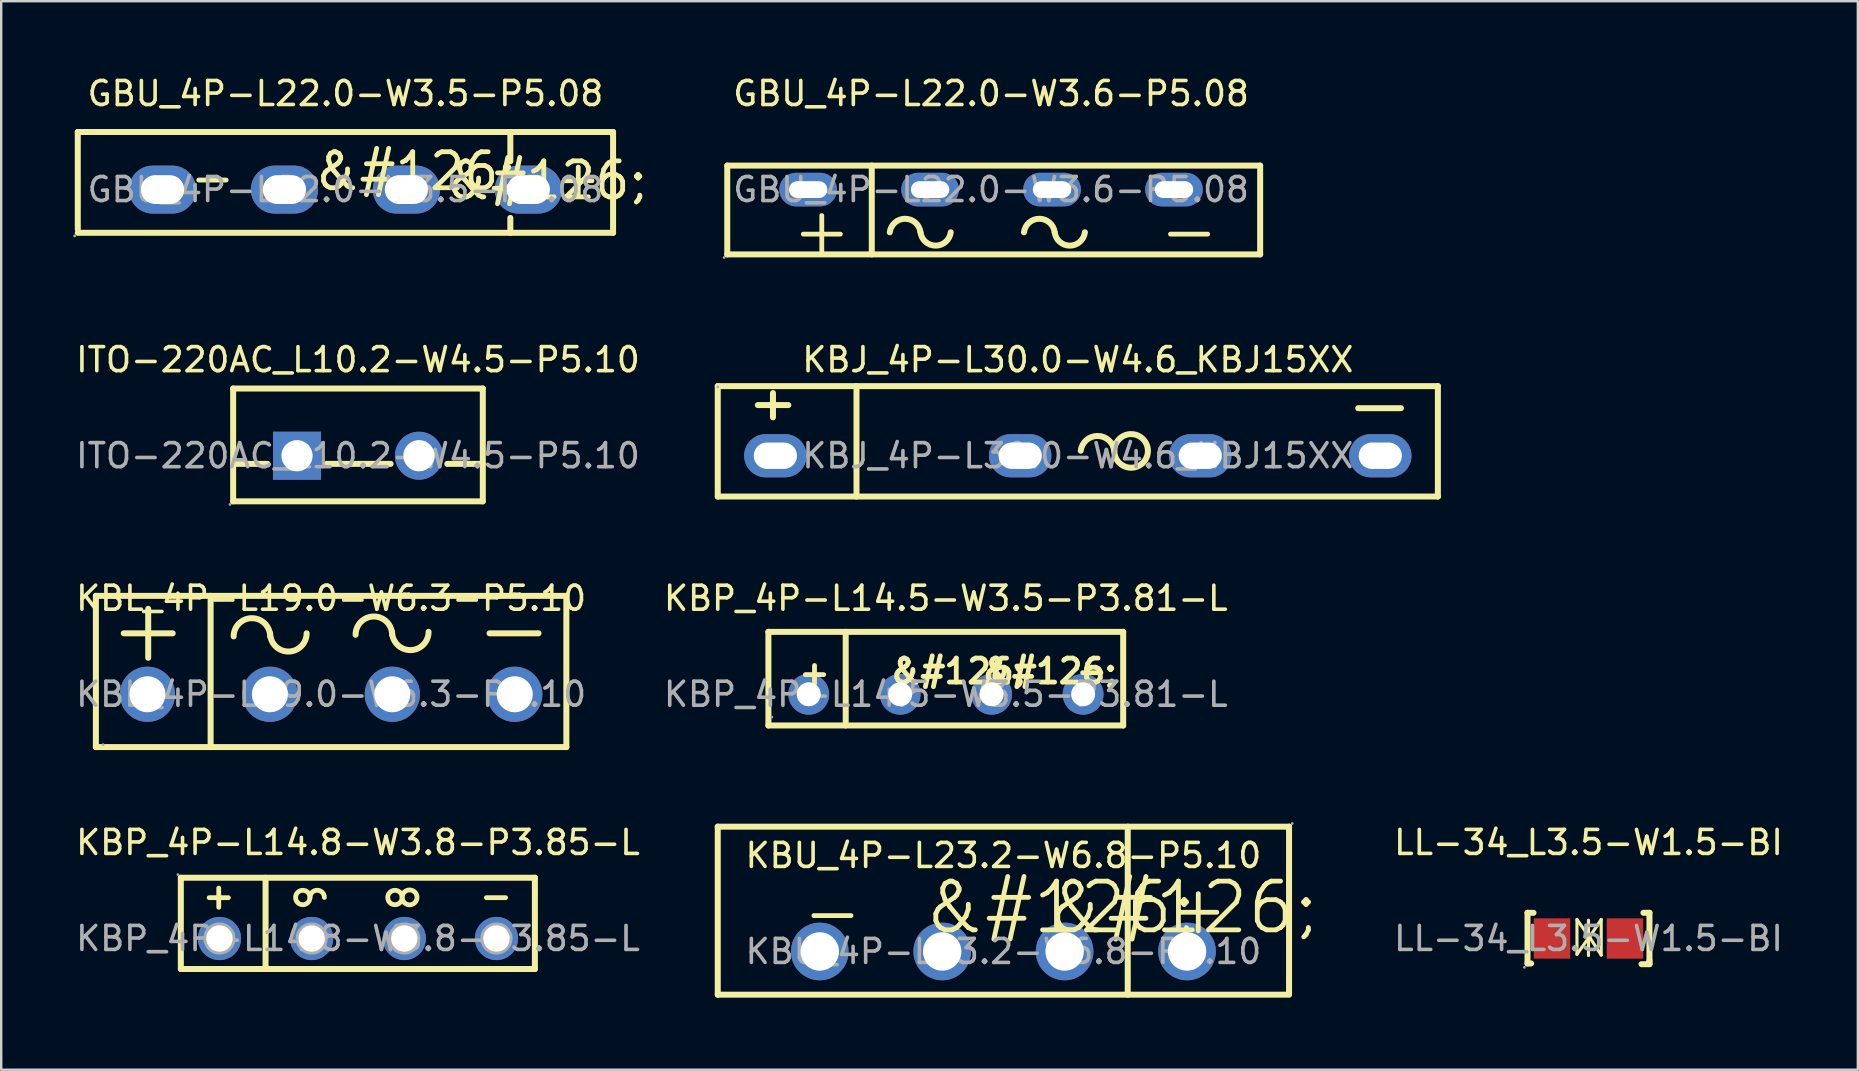
<source format=kicad_pcb>
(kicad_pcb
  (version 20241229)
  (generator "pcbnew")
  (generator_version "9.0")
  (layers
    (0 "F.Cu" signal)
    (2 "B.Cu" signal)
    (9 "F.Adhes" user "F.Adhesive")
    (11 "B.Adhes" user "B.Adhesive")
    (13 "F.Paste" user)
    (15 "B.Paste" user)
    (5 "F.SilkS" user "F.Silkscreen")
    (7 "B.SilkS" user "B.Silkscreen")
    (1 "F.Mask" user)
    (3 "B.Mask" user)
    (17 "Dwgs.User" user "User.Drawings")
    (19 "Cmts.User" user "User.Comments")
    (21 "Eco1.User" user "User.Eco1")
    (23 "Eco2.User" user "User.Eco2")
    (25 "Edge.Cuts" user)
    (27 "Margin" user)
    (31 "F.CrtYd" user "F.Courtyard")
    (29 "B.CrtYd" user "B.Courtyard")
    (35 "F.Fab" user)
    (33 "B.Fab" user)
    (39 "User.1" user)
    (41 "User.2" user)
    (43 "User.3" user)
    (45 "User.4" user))
  (footprint "ITO-220AC_L10.2-W4.5-P5.10"
    (layer "F.Cu")
    (at 11.863 15.935)
    (property "Reference" "ITO-220AC_L10.2-W4.5-P5.10" (at 0 -4 0) (layer "F.SilkS") (effects (font (size 1 1) (thickness 0.15))))
    (attr through_hole)
    (fp_line (start -5.2 -2.8) (end -5.2 1.9) (stroke (width 0.25) (type solid)) (layer "F.SilkS"))
    (fp_line (start -5.2 -2.8) (end 5.2 -2.8) (stroke (width 0.25) (type solid)) (layer "F.SilkS"))
    (fp_line (start -5.2 0.34) (end -3.77 0.34) (stroke (width 0.25) (type solid)) (layer "F.SilkS"))
    (fp_line (start -5.2 1.9) (end 5.2 1.9) (stroke (width 0.25) (type solid)) (layer "F.SilkS"))
    (fp_line (start -1.31 0.34) (end 1.36 0.34) (stroke (width 0.25) (type solid)) (layer "F.SilkS"))
    (fp_line (start 3.72 0.34) (end 5.2 0.34) (stroke (width 0.25) (type solid)) (layer "F.SilkS"))
    (fp_line (start 5.2 -2.8) (end 5.2 1.9) (stroke (width 0.25) (type solid)) (layer "F.SilkS"))
    (fp_circle (center -5.33 2.03) (end -5.3 2.03) (stroke (width 0.06) (type solid)) (fill no) (layer "F.Fab"))
    (fp_circle (center -2.54 0) (end -2.26 0) (stroke (width 0.55) (type solid)) (fill no) (layer "F.Fab"))
    (fp_circle (center 2.54 0) (end 2.82 0) (stroke (width 0.55) (type solid)) (fill no) (layer "F.Fab"))
    (fp_text user "${REFERENCE}" (at 0 0 0) (layer "F.Fab") (effects (font (size 1 1) (thickness 0.15))))
    (pad "1" thru_hole rect (at -2.54 0) (size 2 2) (drill 1.3) (layers "*.Cu" "*.Paste" "*.Mask"))
    (pad "2" thru_hole circle (at 2.54 0) (size 2 2) (drill 1.3) (layers "*.Cu" "*.Paste" "*.Mask")))
  (footprint "LL-34_L3.5-W1.5-BI"
    (layer "F.Cu")
    (at 63.125 36.047)
    (property "Reference" "LL-34_L3.5-W1.5-BI" (at 0 -4 0) (layer "F.SilkS") (effects (font (size 1 1) (thickness 0.15))))
    (attr through_hole)
    (fp_line (start -2.54 -1.07) (end -2.54 1.04) (stroke (width 0.25) (type solid)) (layer "F.SilkS"))
    (fp_line (start -2.54 -1.07) (end -2.29 -1.07) (stroke (width 0.25) (type solid)) (layer "F.SilkS"))
    (fp_line (start -2.54 1.04) (end -2.39 1.04) (stroke (width 0.25) (type solid)) (layer "F.SilkS"))
    (fp_line (start -0.48 -0.79) (end -0.48 0.66) (stroke (width 0.13) (type solid)) (layer "F.SilkS"))
    (fp_line (start -0.48 0.66) (end 0 -0.02) (stroke (width 0.13) (type solid)) (layer "F.SilkS"))
    (fp_line (start 0 -0.76) (end 0 0.71) (stroke (width 0.13) (type solid)) (layer "F.SilkS"))
    (fp_line (start 0 0) (end 0.53 -0.79) (stroke (width 0.13) (type solid)) (layer "F.SilkS"))
    (fp_line (start 0.08 0) (end -0.48 -0.79) (stroke (width 0.13) (type solid)) (layer "F.SilkS"))
    (fp_line (start 0.53 -0.79) (end 0.53 0.69) (stroke (width 0.13) (type solid)) (layer "F.SilkS"))
    (fp_line (start 0.53 0.69) (end 0.08 0) (stroke (width 0.13) (type solid)) (layer "F.SilkS"))
    (fp_line (start 2.21 1.07) (end 2.54 1.07) (stroke (width 0.25) (type solid)) (layer "F.SilkS"))
    (fp_line (start 2.29 -1.07) (end 2.54 -1.07) (stroke (width 0.25) (type solid)) (layer "F.SilkS"))
    (fp_line (start 2.54 -1.07) (end 2.54 0.92) (stroke (width 0.25) (type solid)) (layer "F.SilkS"))
    (fp_line (start 2.54 0.92) (end 2.54 1.02) (stroke (width 0.25) (type solid)) (layer "F.SilkS"))
    (fp_line (start 2.54 1.07) (end 2.54 1.02) (stroke (width 0.25) (type solid)) (layer "F.SilkS"))
    (fp_circle (center -2.67 1.2) (end -2.64 1.2) (stroke (width 0.06) (type solid)) (fill no) (layer "F.Fab"))
    (fp_text user "${REFERENCE}" (at 0 0 0) (layer "F.Fab") (effects (font (size 1 1) (thickness 0.15))))
    (pad "1" smd rect (at -1.52 0 180) (size 1.52 1.68) (layers "F.Cu" "F.Mask" "F.Paste"))
    (pad "2" smd rect (at 1.52 0 180) (size 1.52 1.68) (layers "F.Cu" "F.Mask" "F.Paste")))
  (footprint "KBU_4P-L23.2-W6.8-P5.10"
    (layer "F.Cu")
    (at 38.751 36.588)
    (property "Reference" "KBU_4P-L23.2-W6.8-P5.10" (at 0 -4 0) (layer "F.SilkS") (effects (font (size 1 1) (thickness 0.15))))
    (attr through_hole)
    (fp_line (start -11.9 -5.2) (end -11.9 1.8) (stroke (width 0.25) (type solid)) (layer "F.SilkS"))
    (fp_line (start -11.9 -5.2) (end 11.9 -5.2) (stroke (width 0.25) (type solid)) (layer "F.SilkS"))
    (fp_line (start -11.9 1.8) (end 11.9 1.8) (stroke (width 0.25) (type solid)) (layer "F.SilkS"))
    (fp_line (start 5.18 -5.2) (end 5.18 1.8) (stroke (width 0.25) (type solid)) (layer "F.SilkS"))
    (fp_line (start 11.9 -5.2) (end 11.9 1.78) (stroke (width 0.25) (type solid)) (layer "F.SilkS"))
    (fp_circle (center -7.65 0) (end -7.3 0) (stroke (width 0.7) (type solid)) (fill no) (layer "F.Fab"))
    (fp_circle (center -2.55 0) (end -2.2 0) (stroke (width 0.7) (type solid)) (fill no) (layer "F.Fab"))
    (fp_circle (center 2.55 0) (end 2.9 0) (stroke (width 0.7) (type solid)) (fill no) (layer "F.Fab"))
    (fp_circle (center 7.65 0) (end 8 0) (stroke (width 0.7) (type solid)) (fill no) (layer "F.Fab"))
    (fp_circle (center 12.03 -5.33) (end 12.06 -5.33) (stroke (width 0.06) (type solid)) (fill no) (layer "F.Fab"))
    (fp_text user "+" (at 6.73 -1.79 0) (layer "F.SilkS") (effects (font (size 2.03 2.03) (thickness 0.2)) (justify left)))
    (fp_text user "&#126;" (at 1.65 -1.83 0) (layer "F.SilkS") (effects (font (size 2.03 2.03) (thickness 0.2)) (justify left)))
    (fp_text user "&#126;" (at -3.43 -1.83 0) (layer "F.SilkS") (effects (font (size 2.03 2.03) (thickness 0.2)) (justify left)))
    (fp_text user "-" (at -8.51 -1.65 0) (layer "F.SilkS") (effects (font (size 2.03 2.03) (thickness 0.2)) (justify left)))
    (fp_text user "${REFERENCE}" (at 0 0 0) (layer "F.Fab") (effects (font (size 1 1) (thickness 0.15))))
    (pad "1" thru_hole circle (at 7.65 0) (size 2.4 2.4) (drill 1.6) (layers "*.Cu" "*.Paste" "*.Mask"))
    (pad "2" thru_hole circle (at 2.55 0) (size 2.4 2.4) (drill 1.6) (layers "*.Cu" "*.Paste" "*.Mask"))
    (pad "3" thru_hole circle (at -2.55 0) (size 2.4 2.4) (drill 1.6) (layers "*.Cu" "*.Paste" "*.Mask"))
    (pad "4" thru_hole circle (at -7.65 0) (size 2.4 2.4) (drill 1.6) (layers "*.Cu" "*.Paste" "*.Mask")))
  (footprint "KBL_4P-L19.0-W6.3-P5.10"
    (layer "F.Cu")
    (at 10.744 25.873)
    (property "Reference" "KBL_4P-L19.0-W6.3-P5.10" (at 0 -4 0) (layer "F.SilkS") (effects (font (size 1 1) (thickness 0.15))))
    (attr through_hole)
    (fp_line (start -9.8 -4.1) (end 9.8 -4.1) (stroke (width 0.25) (type solid)) (layer "F.SilkS"))
    (fp_line (start -9.8 2.2) (end -9.8 -4.1) (stroke (width 0.25) (type solid)) (layer "F.SilkS"))
    (fp_line (start -8.64 -2.54) (end -6.6 -2.54) (stroke (width 0.25) (type solid)) (layer "F.SilkS"))
    (fp_line (start -7.62 -3.56) (end -7.62 -1.52) (stroke (width 0.25) (type solid)) (layer "F.SilkS"))
    (fp_line (start -5.02 -4.1) (end -5.02 2.2) (stroke (width 0.25) (type solid)) (layer "F.SilkS"))
    (fp_line (start 6.6 -2.54) (end 8.64 -2.54) (stroke (width 0.25) (type solid)) (layer "F.SilkS"))
    (fp_line (start 9.8 2.2) (end -9.8 2.2) (stroke (width 0.25) (type solid)) (layer "F.SilkS"))
    (fp_line (start 9.8 2.2) (end 9.8 -4.1) (stroke (width 0.25) (type solid)) (layer "F.SilkS"))
    (fp_arc (start -4.06 -2.41) (mid -3.3 -3.17) (end -2.54 -2.41) (stroke (width 0.25) (type solid)) (layer "F.SilkS"))
    (fp_arc (start -1.02 -2.54) (mid -1.78 -1.78) (end -2.54 -2.54) (stroke (width 0.25) (type solid)) (layer "F.SilkS"))
    (fp_arc (start 1.02 -2.48) (mid 1.78 -3.24) (end 2.54 -2.48) (stroke (width 0.25) (type solid)) (layer "F.SilkS"))
    (fp_arc (start 4.06 -2.6) (mid 3.3 -1.84) (end 2.54 -2.6) (stroke (width 0.25) (type solid)) (layer "F.SilkS"))
    (fp_circle (center -9.5 2.1) (end -9.47 2.1) (stroke (width 0.06) (type solid)) (fill no) (layer "F.Fab"))
    (fp_circle (center -7.65 0) (end -7.34 0) (stroke (width 0.62) (type solid)) (fill no) (layer "F.Fab"))
    (fp_circle (center -2.55 0) (end -2.24 0) (stroke (width 0.62) (type solid)) (fill no) (layer "F.Fab"))
    (fp_circle (center 2.55 0) (end 2.86 0) (stroke (width 0.62) (type solid)) (fill no) (layer "F.Fab"))
    (fp_circle (center 7.65 0) (end 7.96 0) (stroke (width 0.62) (type solid)) (fill no) (layer "F.Fab"))
    (fp_text user "${REFERENCE}" (at 0 0 0) (layer "F.Fab") (effects (font (size 1 1) (thickness 0.15))))
    (pad "1" thru_hole circle (at -7.65 0) (size 2.3 2.3) (drill 1.5) (layers "*.Cu" "*.Paste" "*.Mask"))
    (pad "2" thru_hole circle (at -2.55 0) (size 2.3 2.3) (drill 1.5) (layers "*.Cu" "*.Paste" "*.Mask"))
    (pad "3" thru_hole circle (at 2.55 0) (size 2.3 2.3) (drill 1.5) (layers "*.Cu" "*.Paste" "*.Mask"))
    (pad "4" thru_hole circle (at 7.65 0) (size 2.3 2.3) (drill 1.5) (layers "*.Cu" "*.Paste" "*.Mask")))
  (footprint "GBU_4P-L22.0-W3.6-P5.08"
    (layer "F.Cu")
    (at 38.237 4.848)
    (property "Reference" "GBU_4P-L22.0-W3.6-P5.08" (at 0 -4 0) (layer "F.SilkS") (effects (font (size 1 1) (thickness 0.15))))
    (attr through_hole)
    (fp_line (start -10.99 -1) (end 11.21 -1) (stroke (width 0.25) (type solid)) (layer "F.SilkS"))
    (fp_line (start -10.99 2.7) (end -10.99 -1) (stroke (width 0.25) (type solid)) (layer "F.SilkS"))
    (fp_line (start -4.97 -1) (end -4.97 2.7) (stroke (width 0.25) (type solid)) (layer "F.SilkS"))
    (fp_line (start 11.21 -1) (end 11.21 2.7) (stroke (width 0.25) (type solid)) (layer "F.SilkS"))
    (fp_line (start 11.21 2.7) (end -10.99 2.7) (stroke (width 0.25) (type solid)) (layer "F.SilkS"))
    (fp_arc (start -4.219888 1.779107) (mid -3.57955 1.215019) (end -2.94 1.78) (stroke (width 0.25) (type solid)) (layer "F.SilkS"))
    (fp_arc (start -1.679801 1.778418) (mid -2.309203 2.335059) (end -2.94 1.78) (stroke (width 0.25) (type solid)) (layer "F.SilkS"))
    (fp_arc (start 1.370112 1.779107) (mid 2.01045 1.215019) (end 2.65 1.78) (stroke (width 0.25) (type solid)) (layer "F.SilkS"))
    (fp_arc (start 3.910199 1.778418) (mid 3.280797 2.335059) (end 2.65 1.78) (stroke (width 0.25) (type solid)) (layer "F.SilkS"))
    (fp_circle (center -11.12 2.83) (end -11.09 2.83) (stroke (width 0.06) (type solid)) (fill no) (layer "F.Fab"))
    (fp_text user "+" (at -8.44 1.7 0) (layer "F.SilkS") (effects (font (size 2.03 2.03) (thickness 0.2)) (justify left)))
    (fp_text user "-" (at 6.86 1.7 0) (layer "F.SilkS") (effects (font (size 2.03 2.03) (thickness 0.2)) (justify left)))
    (fp_text user "${REFERENCE}" (at 0 0 0) (layer "F.Fab") (effects (font (size 1 1) (thickness 0.15))))
    (pad "1" thru_hole oval (at -7.62 0 180) (size 2.4 1.4) (drill oval 1.6 0.7) (layers "*.Cu" "*.Paste" "*.Mask"))
    (pad "2" thru_hole oval (at -2.54 0 180) (size 2.4 1.4) (drill oval 1.6 0.7) (layers "*.Cu" "*.Paste" "*.Mask"))
    (pad "3" thru_hole oval (at 2.54 0 180) (size 2.4 1.4) (drill oval 1.6 0.7) (layers "*.Cu" "*.Paste" "*.Mask"))
    (pad "4" thru_hole oval (at 7.62 0 180) (size 2.4 1.4) (drill oval 1.6 0.7) (layers "*.Cu" "*.Paste" "*.Mask")))
  (footprint "KBJ_4P-L30.0-W4.6_KBJ15XX"
    (layer "F.Cu")
    (at 41.851 15.935)
    (property "Reference" "KBJ_4P-L30.0-W4.6_KBJ15XX" (at 0 -4 0) (layer "F.SilkS") (effects (font (size 1 1) (thickness 0.15))))
    (attr through_hole)
    (fp_line (start -15 -2.9) (end -15 1.7) (stroke (width 0.25) (type solid)) (layer "F.SilkS"))
    (fp_line (start -15 -2.9) (end 15 -2.9) (stroke (width 0.25) (type solid)) (layer "F.SilkS"))
    (fp_line (start -15 1.7) (end 15 1.7) (stroke (width 0.25) (type solid)) (layer "F.SilkS"))
    (fp_line (start -13.33 -2.11) (end -12.06 -2.11) (stroke (width 0.25) (type solid)) (layer "F.SilkS"))
    (fp_line (start -12.7 -1.6) (end -12.7 -2.61) (stroke (width 0.25) (type solid)) (layer "F.SilkS"))
    (fp_line (start -9.22 -2.9) (end -9.22 1.7) (stroke (width 0.25) (type solid)) (layer "F.SilkS"))
    (fp_line (start 11.68 -1.98) (end 13.46 -1.98) (stroke (width 0.25) (type solid)) (layer "F.SilkS"))
    (fp_line (start 15 -2.9) (end 15 1.7) (stroke (width 0.25) (type solid)) (layer "F.SilkS"))
    (fp_arc (start 0.120969 -0.208063) (mid 0.824061 -0.824544) (end 1.52 -0.2) (stroke (width 0.25) (type solid)) (layer "F.SilkS"))
    (fp_arc (start 1.520107 -0.212217) (mid 2.919973 -0.193891) (end 1.52 -0.2) (stroke (width 0.25) (type solid)) (layer "F.SilkS"))
    (fp_circle (center -15 -2.87) (end -14.97 -2.87) (stroke (width 0.06) (type solid)) (fill no) (layer "F.Fab"))
    (fp_text user "${REFERENCE}" (at 0 0 0) (layer "F.Fab") (effects (font (size 1 1) (thickness 0.15))))
    (pad "1" thru_hole oval (at -12.6 0 90) (size 1.8 2.6) (drill oval 1.1 1.8) (layers "*.Cu" "*.Paste" "*.Mask"))
    (pad "2" thru_hole oval (at -2.4 0 90) (size 1.8 2.6) (drill oval 1.1 1.8) (layers "*.Cu" "*.Paste" "*.Mask"))
    (pad "3" thru_hole oval (at 5.1 0 90) (size 1.8 2.6) (drill oval 1.1 1.8) (layers "*.Cu" "*.Paste" "*.Mask"))
    (pad "4" thru_hole oval (at 12.6 0 90) (size 1.8 2.6) (drill oval 1.1 1.8) (layers "*.Cu" "*.Paste" "*.Mask")))
  (footprint "KBP_4P-L14.5-W3.5-P3.81-L"
    (layer "F.Cu")
    (at 36.351 25.873)
    (property "Reference" "KBP_4P-L14.5-W3.5-P3.81-L" (at 0 -4 0) (layer "F.SilkS") (effects (font (size 1 1) (thickness 0.15))))
    (attr through_hole)
    (fp_line (start -7.39 -2.6) (end 7.39 -2.6) (stroke (width 0.25) (type solid)) (layer "F.SilkS"))
    (fp_line (start -7.39 1.3) (end -7.39 -2.6) (stroke (width 0.25) (type solid)) (layer "F.SilkS"))
    (fp_line (start -7.39 1.3) (end 7.39 1.3) (stroke (width 0.25) (type solid)) (layer "F.SilkS"))
    (fp_line (start -4.17 -2.6) (end -4.17 1.3) (stroke (width 0.25) (type solid)) (layer "F.SilkS"))
    (fp_line (start 7.39 -2.6) (end 7.39 1.3) (stroke (width 0.25) (type solid)) (layer "F.SilkS"))
    (fp_circle (center -7.25 0.95) (end -7.22 0.95) (stroke (width 0.06) (type solid)) (fill no) (layer "F.Fab"))
    (fp_text user "&#126;" (at 1.4 -0.96 0) (layer "F.SilkS") (effects (font (size 1 1) (thickness 0.2)) (justify left)))
    (fp_text user "&#126;" (at -2.41 -0.96 0) (layer "F.SilkS") (effects (font (size 1 1) (thickness 0.2)) (justify left)))
    (fp_text user "+" (at -6.22 -0.89 0) (layer "F.SilkS") (effects (font (size 1 1) (thickness 0.2)) (justify left)))
    (fp_text user "-" (at 5.33 -0.97 0) (layer "F.SilkS") (effects (font (size 1 1) (thickness 0.2)) (justify left)))
    (fp_text user "${REFERENCE}" (at 0 0 0) (layer "F.Fab") (effects (font (size 1 1) (thickness 0.15))))
    (pad "1" thru_hole circle (at -5.71 0) (size 1.7 1.7) (drill 1) (layers "*.Cu" "*.Paste" "*.Mask"))
    (pad "2" thru_hole circle (at -1.9 0) (size 1.7 1.7) (drill 1) (layers "*.Cu" "*.Paste" "*.Mask"))
    (pad "3" thru_hole circle (at 1.91 0) (size 1.7 1.7) (drill 1) (layers "*.Cu" "*.Paste" "*.Mask"))
    (pad "4" thru_hole circle (at 5.72 0) (size 1.7 1.7) (drill 1) (layers "*.Cu" "*.Paste" "*.Mask")))
  (footprint "GBU_4P-L22.0-W3.5-P5.08"
    (layer "F.Cu")
    (at 11.34 4.848)
    (property "Reference" "GBU_4P-L22.0-W3.5-P5.08" (at 0 -4 0) (layer "F.SilkS") (effects (font (size 1 1) (thickness 0.15))))
    (attr through_hole)
    (fp_line (start -11.15 -2.4) (end -11.15 1.65) (stroke (width 0.25) (type solid)) (layer "F.SilkS"))
    (fp_line (start -11.15 -2.4) (end 11.15 -2.4) (stroke (width 0.25) (type solid)) (layer "F.SilkS"))
    (fp_line (start -11.15 1.8) (end 11.15 1.8) (stroke (width 0.25) (type solid)) (layer "F.SilkS"))
    (fp_line (start 6.87 -2.4) (end 6.87 -1.18) (stroke (width 0.25) (type solid)) (layer "F.SilkS"))
    (fp_line (start 6.87 1.18) (end 6.87 1.8) (stroke (width 0.25) (type solid)) (layer "F.SilkS"))
    (fp_line (start 11.15 -2.4) (end 11.15 1.8) (stroke (width 0.25) (type solid)) (layer "F.SilkS"))
    (fp_circle (center -11.28 1.93) (end -11.25 1.93) (stroke (width 0.06) (type solid)) (fill no) (layer "F.Fab"))
    (fp_text user "&#126;" (at -1.4 -0.76 0) (layer "F.SilkS") (effects (font (size 1.5 1.5) (thickness 0.2)) (justify left)))
    (fp_text user "+" (at 8.64 -0.48 0) (layer "F.SilkS") (effects (font (size 1.5 1.5) (thickness 0.2)) (justify left)))
    (fp_text user "-" (at -6.6 -0.51 0) (layer "F.SilkS") (effects (font (size 1.5 1.5) (thickness 0.2)) (justify left)))
    (fp_text user "&#126;" (at 4.06 -0.38 0) (layer "F.SilkS") (effects (font (size 1.5 1.5) (thickness 0.2)) (justify left)))
    (fp_text user "${REFERENCE}" (at 0 0 0) (layer "F.Fab") (effects (font (size 1 1) (thickness 0.15))))
    (pad "1" thru_hole oval (at -7.62 0) (size 2.8 2) (drill oval 1.8 1.2) (layers "*.Cu" "*.Paste" "*.Mask"))
    (pad "2" thru_hole oval (at -2.54 0) (size 2.8 2) (drill oval 1.8 1.2) (layers "*.Cu" "*.Paste" "*.Mask"))
    (pad "3" thru_hole oval (at 2.54 0) (size 2.8 2) (drill oval 1.8 1.2) (layers "*.Cu" "*.Paste" "*.Mask"))
    (pad "4" thru_hole oval (at 7.62 0) (size 2.8 2) (drill oval 1.8 1.2) (layers "*.Cu" "*.Paste" "*.Mask")))
  (footprint "KBP_4P-L14.8-W3.8-P3.85-L"
    (layer "F.Cu")
    (at 11.863 36.047)
    (property "Reference" "KBP_4P-L14.8-W3.8-P3.85-L" (at 0 -4 0) (layer "F.SilkS") (effects (font (size 1 1) (thickness 0.15))))
    (attr through_hole)
    (fp_line (start -7.38 1.27) (end -7.38 -2.53) (stroke (width 0.25) (type solid)) (layer "F.SilkS"))
    (fp_line (start -7.38 1.27) (end 7.37 1.27) (stroke (width 0.25) (type solid)) (layer "F.SilkS"))
    (fp_line (start -5.8 -1.3) (end -5.8 -2.1) (stroke (width 0.2) (type solid)) (layer "F.SilkS"))
    (fp_line (start -5.4 -1.7) (end -6.2 -1.7) (stroke (width 0.2) (type solid)) (layer "F.SilkS"))
    (fp_line (start -3.85 1.27) (end -3.85 -2.53) (stroke (width 0.25) (type solid)) (layer "F.SilkS"))
    (fp_line (start 6.15 -1.7) (end 5.35 -1.7) (stroke (width 0.2) (type solid)) (layer "F.SilkS"))
    (fp_line (start 7.37 -2.53) (end -7.38 -2.53) (stroke (width 0.25) (type solid)) (layer "F.SilkS"))
    (fp_line (start 7.37 1.27) (end 7.37 -2.53) (stroke (width 0.25) (type solid)) (layer "F.SilkS"))
    (fp_arc (start -2.000046 -1.704764) (mid -2.599988 -1.712618) (end -2 -1.71) (stroke (width 0.2) (type solid)) (layer "F.SilkS"))
    (fp_arc (start -2 -1.71) (mid -1.7 -2.01) (end -1.4 -1.71) (stroke (width 0.2) (type solid)) (layer "F.SilkS"))
    (fp_arc (start 1.839954 -1.704764) (mid 1.240012 -1.712618) (end 1.84 -1.71) (stroke (width 0.2) (type solid)) (layer "F.SilkS"))
    (fp_arc (start 1.840047 -1.71541) (mid 2.459988 -1.707295) (end 1.84 -1.71) (stroke (width 0.2) (type solid)) (layer "F.SilkS"))
    (fp_circle (center -7.5 -2.66) (end -7.47 -2.66) (stroke (width 0.06) (type solid)) (fill no) (layer "F.Fab"))
    (fp_circle (center -5.77 0) (end -5.55 0) (stroke (width 0.45) (type solid)) (fill no) (layer "F.Fab"))
    (fp_circle (center -1.93 0) (end -1.71 0) (stroke (width 0.45) (type solid)) (fill no) (layer "F.Fab"))
    (fp_circle (center 1.93 0) (end 2.15 0) (stroke (width 0.45) (type solid)) (fill no) (layer "F.Fab"))
    (fp_circle (center 5.77 0) (end 5.99 0) (stroke (width 0.45) (type solid)) (fill no) (layer "F.Fab"))
    (fp_text user "${REFERENCE}" (at 0 0 0) (layer "F.Fab") (effects (font (size 1 1) (thickness 0.15))))
    (pad "1" thru_hole circle (at -5.77 0) (size 1.8 1.8) (drill 1.1) (layers "*.Cu" "*.Paste" "*.Mask"))
    (pad "2" thru_hole circle (at -1.93 0) (size 1.8 1.8) (drill 1.1) (layers "*.Cu" "*.Paste" "*.Mask"))
    (pad "3" thru_hole circle (at 1.93 0) (size 1.8 1.8) (drill 1.1) (layers "*.Cu" "*.Paste" "*.Mask"))
    (pad "4" thru_hole circle (at 5.77 0) (size 1.8 1.8) (drill 1.1) (layers "*.Cu" "*.Paste" "*.Mask")))
  (gr_rect
    (start -3 -3)
    (end 74.346 41.513)
    (stroke (width 0.1) (type default))
    (fill no)
    (layer "Edge.Cuts")))
</source>
